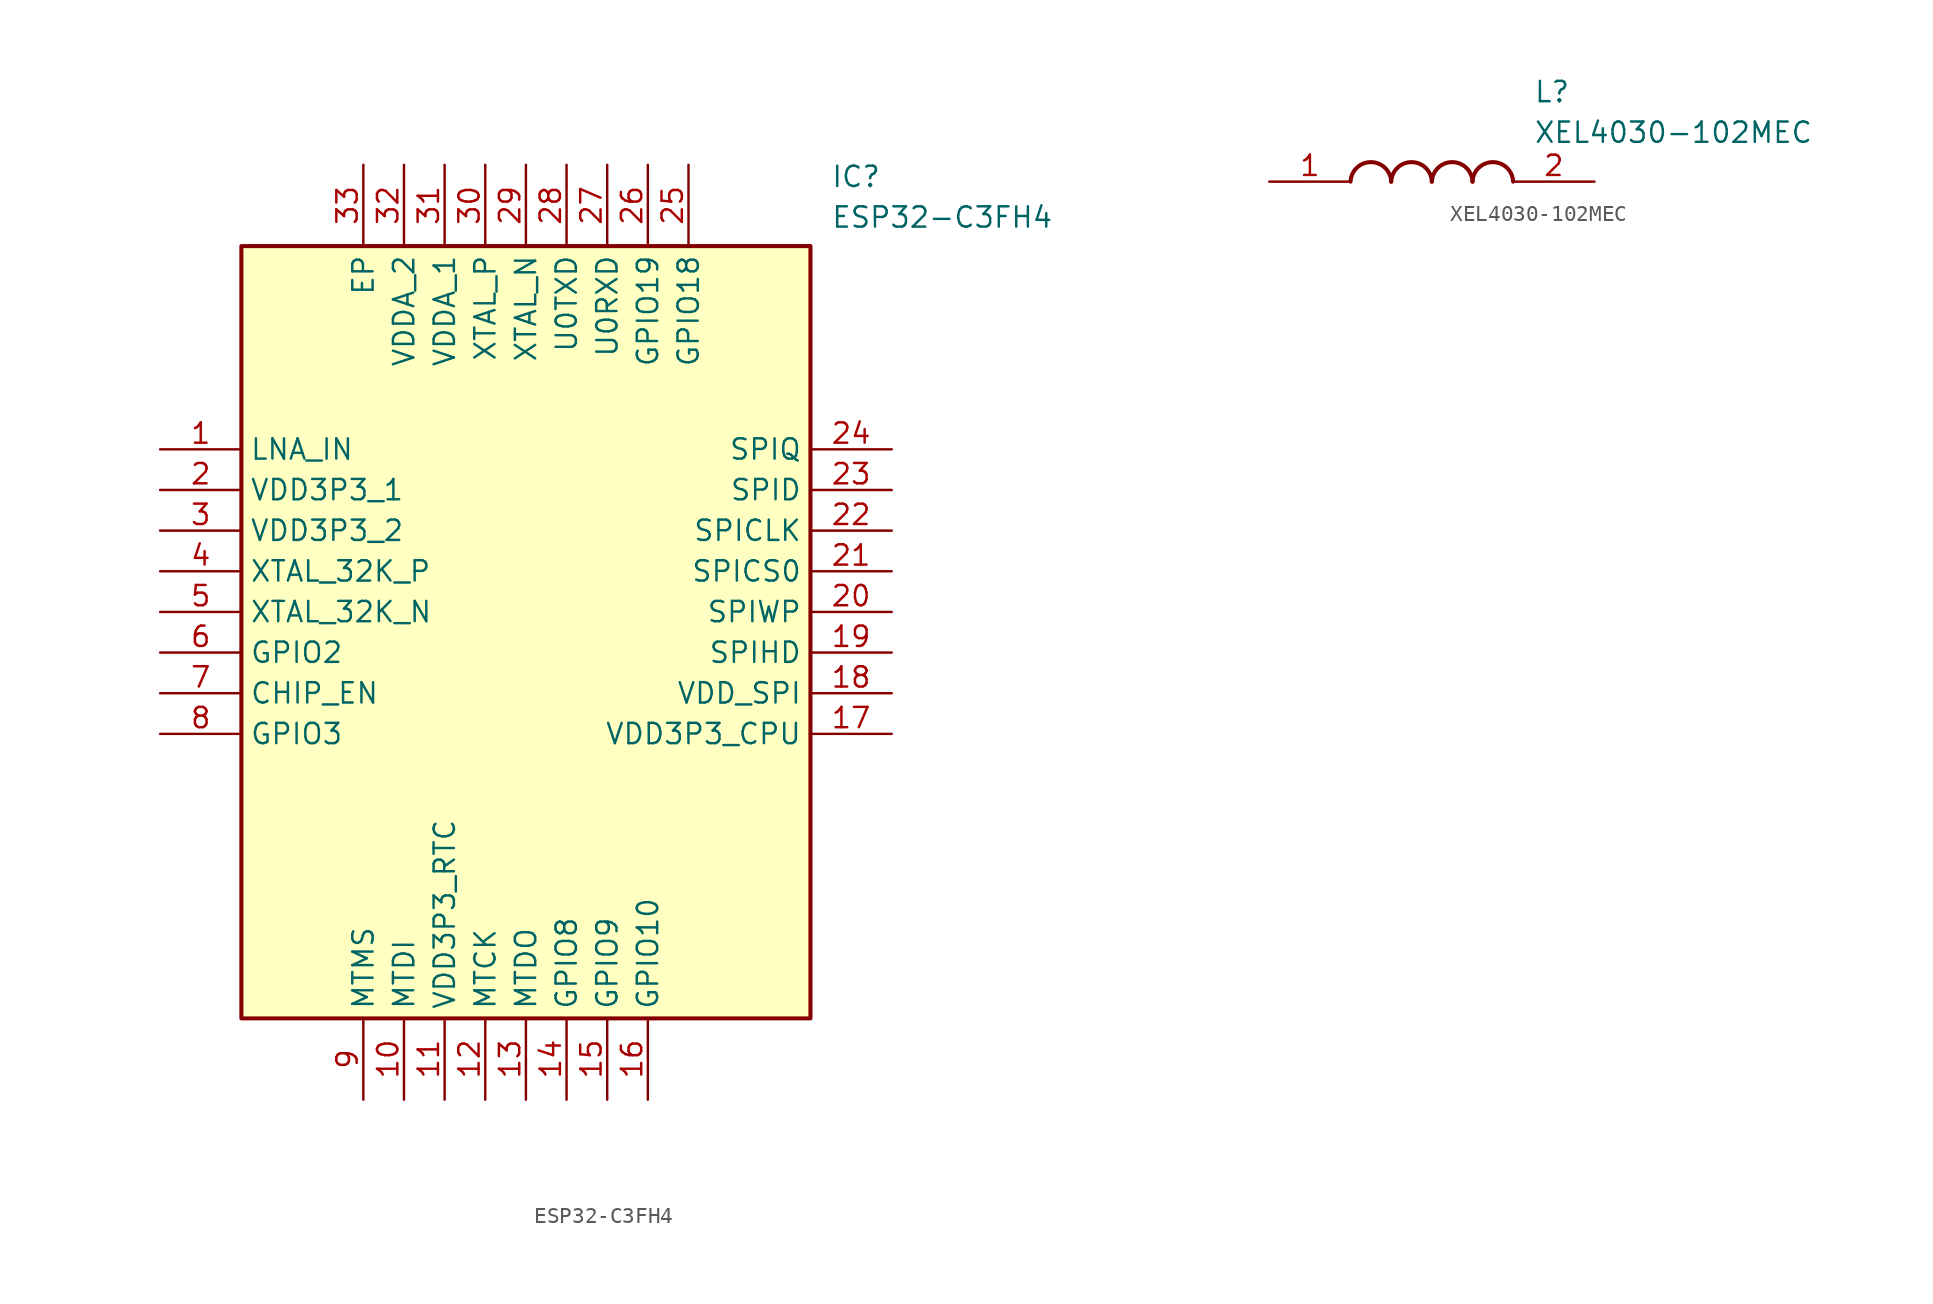
<source format=kicad_sym>
(kicad_symbol_lib
  (version 20220914)
  (generator SamacSys_ECAD_Model)
  (symbol "ESP32-C3FH4"
    (property "Reference" "IC"
      (at 41.91 17.78 0)
      (effects (font (size 1.27 1.27)) (justify left top)))
    (property "Value" "ESP32-C3FH4"
      (at 41.91 15.24 0)
      (effects (font (size 1.27 1.27)) (justify left top)))
    (rectangle
      (start 5.08 12.7)
      (end 40.64 -35.56)
      (stroke (width 0.254) (type default))
      (fill (type background)))
    (pin passive line
      (at 0 0 0)
      (length 5.08)
      (name "LNA_IN" (effects (font (size 1.27 1.27))))
      (number "1" (effects (font (size 1.27 1.27)))))
    (pin passive line
      (at 0 -2.54 0)
      (length 5.08)
      (name "VDD3P3_1" (effects (font (size 1.27 1.27))))
      (number "2" (effects (font (size 1.27 1.27)))))
    (pin passive line
      (at 0 -5.08 0)
      (length 5.08)
      (name "VDD3P3_2" (effects (font (size 1.27 1.27))))
      (number "3" (effects (font (size 1.27 1.27)))))
    (pin passive line
      (at 0 -7.62 0)
      (length 5.08)
      (name "XTAL_32K_P" (effects (font (size 1.27 1.27))))
      (number "4" (effects (font (size 1.27 1.27)))))
    (pin passive line
      (at 0 -10.16 0)
      (length 5.08)
      (name "XTAL_32K_N" (effects (font (size 1.27 1.27))))
      (number "5" (effects (font (size 1.27 1.27)))))
    (pin passive line
      (at 0 -12.7 0)
      (length 5.08)
      (name "GPIO2" (effects (font (size 1.27 1.27))))
      (number "6" (effects (font (size 1.27 1.27)))))
    (pin passive line
      (at 0 -15.24 0)
      (length 5.08)
      (name "CHIP_EN" (effects (font (size 1.27 1.27))))
      (number "7" (effects (font (size 1.27 1.27)))))
    (pin passive line
      (at 0 -17.78 0)
      (length 5.08)
      (name "GPIO3" (effects (font (size 1.27 1.27))))
      (number "8" (effects (font (size 1.27 1.27)))))
    (pin passive line
      (at 12.7 -40.64 90)
      (length 5.08)
      (name "MTMS" (effects (font (size 1.27 1.27))))
      (number "9" (effects (font (size 1.27 1.27)))))
    (pin passive line
      (at 15.24 -40.64 90)
      (length 5.08)
      (name "MTDI" (effects (font (size 1.27 1.27))))
      (number "10" (effects (font (size 1.27 1.27)))))
    (pin passive line
      (at 17.78 -40.64 90)
      (length 5.08)
      (name "VDD3P3_RTC" (effects (font (size 1.27 1.27))))
      (number "11" (effects (font (size 1.27 1.27)))))
    (pin passive line
      (at 20.32 -40.64 90)
      (length 5.08)
      (name "MTCK" (effects (font (size 1.27 1.27))))
      (number "12" (effects (font (size 1.27 1.27)))))
    (pin passive line
      (at 22.86 -40.64 90)
      (length 5.08)
      (name "MTDO" (effects (font (size 1.27 1.27))))
      (number "13" (effects (font (size 1.27 1.27)))))
    (pin passive line
      (at 25.4 -40.64 90)
      (length 5.08)
      (name "GPIO8" (effects (font (size 1.27 1.27))))
      (number "14" (effects (font (size 1.27 1.27)))))
    (pin passive line
      (at 27.94 -40.64 90)
      (length 5.08)
      (name "GPIO9" (effects (font (size 1.27 1.27))))
      (number "15" (effects (font (size 1.27 1.27)))))
    (pin passive line
      (at 30.48 -40.64 90)
      (length 5.08)
      (name "GPIO10" (effects (font (size 1.27 1.27))))
      (number "16" (effects (font (size 1.27 1.27)))))
    (pin passive line
      (at 45.72 0 180)
      (length 5.08)
      (name "SPIQ" (effects (font (size 1.27 1.27))))
      (number "24" (effects (font (size 1.27 1.27)))))
    (pin passive line
      (at 45.72 -2.54 180)
      (length 5.08)
      (name "SPID" (effects (font (size 1.27 1.27))))
      (number "23" (effects (font (size 1.27 1.27)))))
    (pin passive line
      (at 45.72 -5.08 180)
      (length 5.08)
      (name "SPICLK" (effects (font (size 1.27 1.27))))
      (number "22" (effects (font (size 1.27 1.27)))))
    (pin passive line
      (at 45.72 -7.62 180)
      (length 5.08)
      (name "SPICS0" (effects (font (size 1.27 1.27))))
      (number "21" (effects (font (size 1.27 1.27)))))
    (pin passive line
      (at 45.72 -10.16 180)
      (length 5.08)
      (name "SPIWP" (effects (font (size 1.27 1.27))))
      (number "20" (effects (font (size 1.27 1.27)))))
    (pin passive line
      (at 45.72 -12.7 180)
      (length 5.08)
      (name "SPIHD" (effects (font (size 1.27 1.27))))
      (number "19" (effects (font (size 1.27 1.27)))))
    (pin passive line
      (at 45.72 -15.24 180)
      (length 5.08)
      (name "VDD_SPI" (effects (font (size 1.27 1.27))))
      (number "18" (effects (font (size 1.27 1.27)))))
    (pin passive line
      (at 45.72 -17.78 180)
      (length 5.08)
      (name "VDD3P3_CPU" (effects (font (size 1.27 1.27))))
      (number "17" (effects (font (size 1.27 1.27)))))
    (pin passive line
      (at 12.7 17.78 270)
      (length 5.08)
      (name "EP" (effects (font (size 1.27 1.27))))
      (number "33" (effects (font (size 1.27 1.27)))))
    (pin passive line
      (at 15.24 17.78 270)
      (length 5.08)
      (name "VDDA_2" (effects (font (size 1.27 1.27))))
      (number "32" (effects (font (size 1.27 1.27)))))
    (pin passive line
      (at 17.78 17.78 270)
      (length 5.08)
      (name "VDDA_1" (effects (font (size 1.27 1.27))))
      (number "31" (effects (font (size 1.27 1.27)))))
    (pin passive line
      (at 20.32 17.78 270)
      (length 5.08)
      (name "XTAL_P" (effects (font (size 1.27 1.27))))
      (number "30" (effects (font (size 1.27 1.27)))))
    (pin passive line
      (at 22.86 17.78 270)
      (length 5.08)
      (name "XTAL_N" (effects (font (size 1.27 1.27))))
      (number "29" (effects (font (size 1.27 1.27)))))
    (pin passive line
      (at 25.4 17.78 270)
      (length 5.08)
      (name "U0TXD" (effects (font (size 1.27 1.27))))
      (number "28" (effects (font (size 1.27 1.27)))))
    (pin passive line
      (at 27.94 17.78 270)
      (length 5.08)
      (name "U0RXD" (effects (font (size 1.27 1.27))))
      (number "27" (effects (font (size 1.27 1.27)))))
    (pin passive line
      (at 30.48 17.78 270)
      (length 5.08)
      (name "GPIO19" (effects (font (size 1.27 1.27))))
      (number "26" (effects (font (size 1.27 1.27)))))
    (pin passive line
      (at 33.02 17.78 270)
      (length 5.08)
      (name "GPIO18" (effects (font (size 1.27 1.27))))
      (number "25" (effects (font (size 1.27 1.27))))))
  (symbol "XEL4030-102MEC"
    (pin_names hide)
    (property "Reference" "L"
      (at 16.51 6.35 0)
      (effects (font (size 1.27 1.27)) (justify left top)))
    (property "Value" "XEL4030-102MEC"
      (at 16.51 3.81 0)
      (effects (font (size 1.27 1.27)) (justify left top)))
    (arc
      (start 7.62 0)
      (mid 6.35 1.219)
      (end 5.08 0)
      (stroke (width 0.254) (type default))
      (fill (type none)))
    (arc
      (start 10.16 0)
      (mid 8.89 1.219)
      (end 7.62 0)
      (stroke (width 0.254) (type default))
      (fill (type none)))
    (arc
      (start 12.7 0)
      (mid 11.43 1.219)
      (end 10.16 0)
      (stroke (width 0.254) (type default))
      (fill (type none)))
    (arc
      (start 15.24 0)
      (mid 13.97 1.219)
      (end 12.7 0)
      (stroke (width 0.254) (type default))
      (fill (type none)))
    (pin passive line
      (at 0 0 0)
      (length 5.08)
      (name "1" (effects (font (size 1.27 1.27))))
      (number "1" (effects (font (size 1.27 1.27)))))
    (pin passive line
      (at 20.32 0 180)
      (length 5.08)
      (name "2" (effects (font (size 1.27 1.27))))
      (number "2" (effects (font (size 1.27 1.27)))))))
</source>
